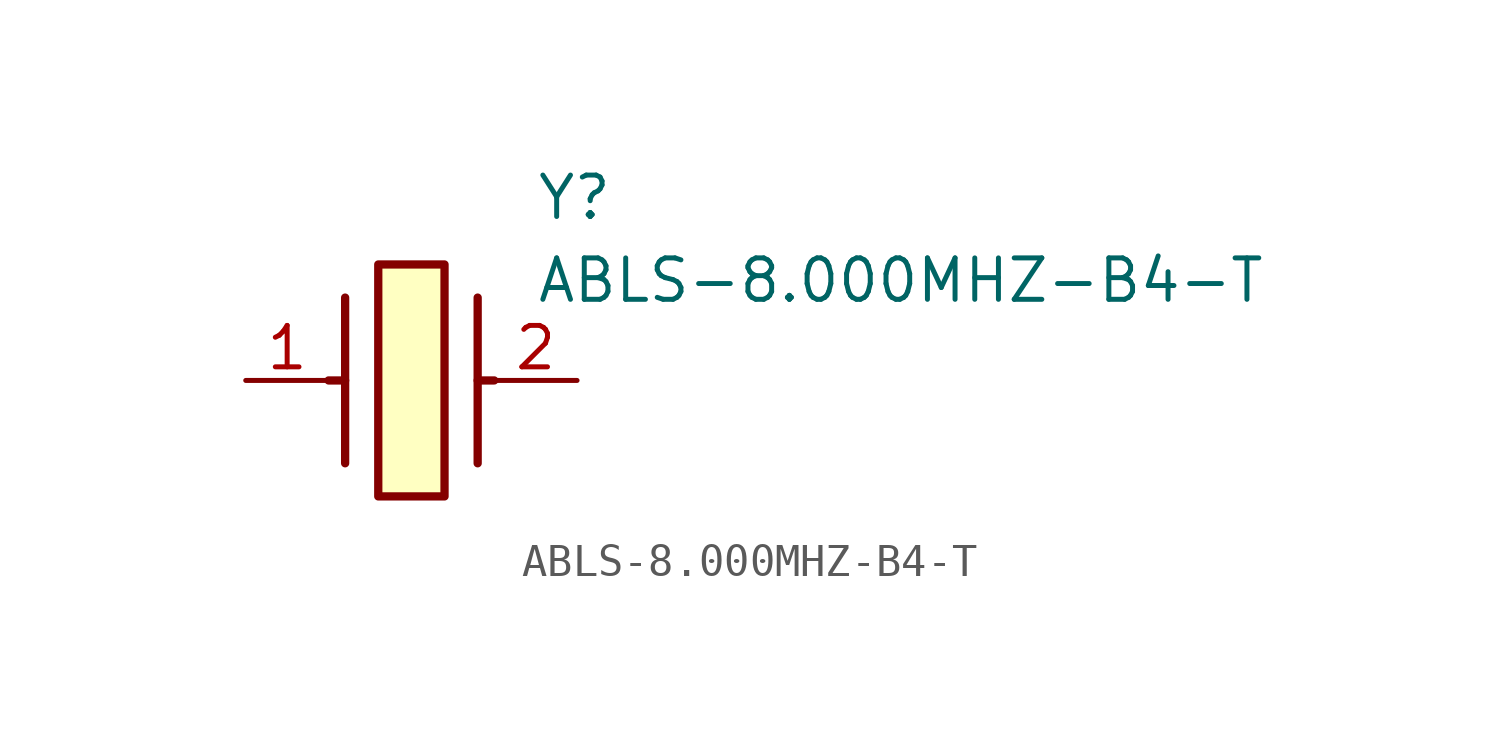
<source format=kicad_sym>
(kicad_symbol_lib
  (version 20211014)
  (generator SamacSys_ECAD_Model)
  (symbol "ABLS-8.000MHZ-B4-T"
    (pin_names hide)
    (property "Reference" "Y"
      (at 8.89 6.35 0)
      (effects (font (size 1.27 1.27)) (justify left top)))
    (property "Value" "ABLS-8.000MHZ-B4-T"
      (at 8.89 3.81 0)
      (effects (font (size 1.27 1.27)) (justify left top)))
    (rectangle
      (start 4.064 3.556)
      (end 6.096 -3.556)
      (stroke (width 0.254) (type default))
      (fill (type background)))
    (polyline
      (pts (xy 3.048 2.54) (xy 3.048 -2.54))
      (stroke (width 0.254) (type default))
      (fill (type none)))
    (polyline
      (pts (xy 7.112 2.54) (xy 7.112 -2.54))
      (stroke (width 0.254) (type default))
      (fill (type none)))
    (polyline
      (pts (xy 7.112 0) (xy 7.62 0))
      (stroke (width 0.254) (type default))
      (fill (type none)))
    (polyline
      (pts (xy 3.048 0) (xy 2.54 0))
      (stroke (width 0.254) (type default))
      (fill (type none)))
    (pin passive line
      (at 0 0 0)
      (length 2.54)
      (name "1" (effects (font (size 1.27 1.27))))
      (number "1" (effects (font (size 1.27 1.27)))))
    (pin passive line
      (at 10.16 0 180)
      (length 2.54)
      (name "2" (effects (font (size 1.27 1.27))))
      (number "2" (effects (font (size 1.27 1.27)))))))
</source>
